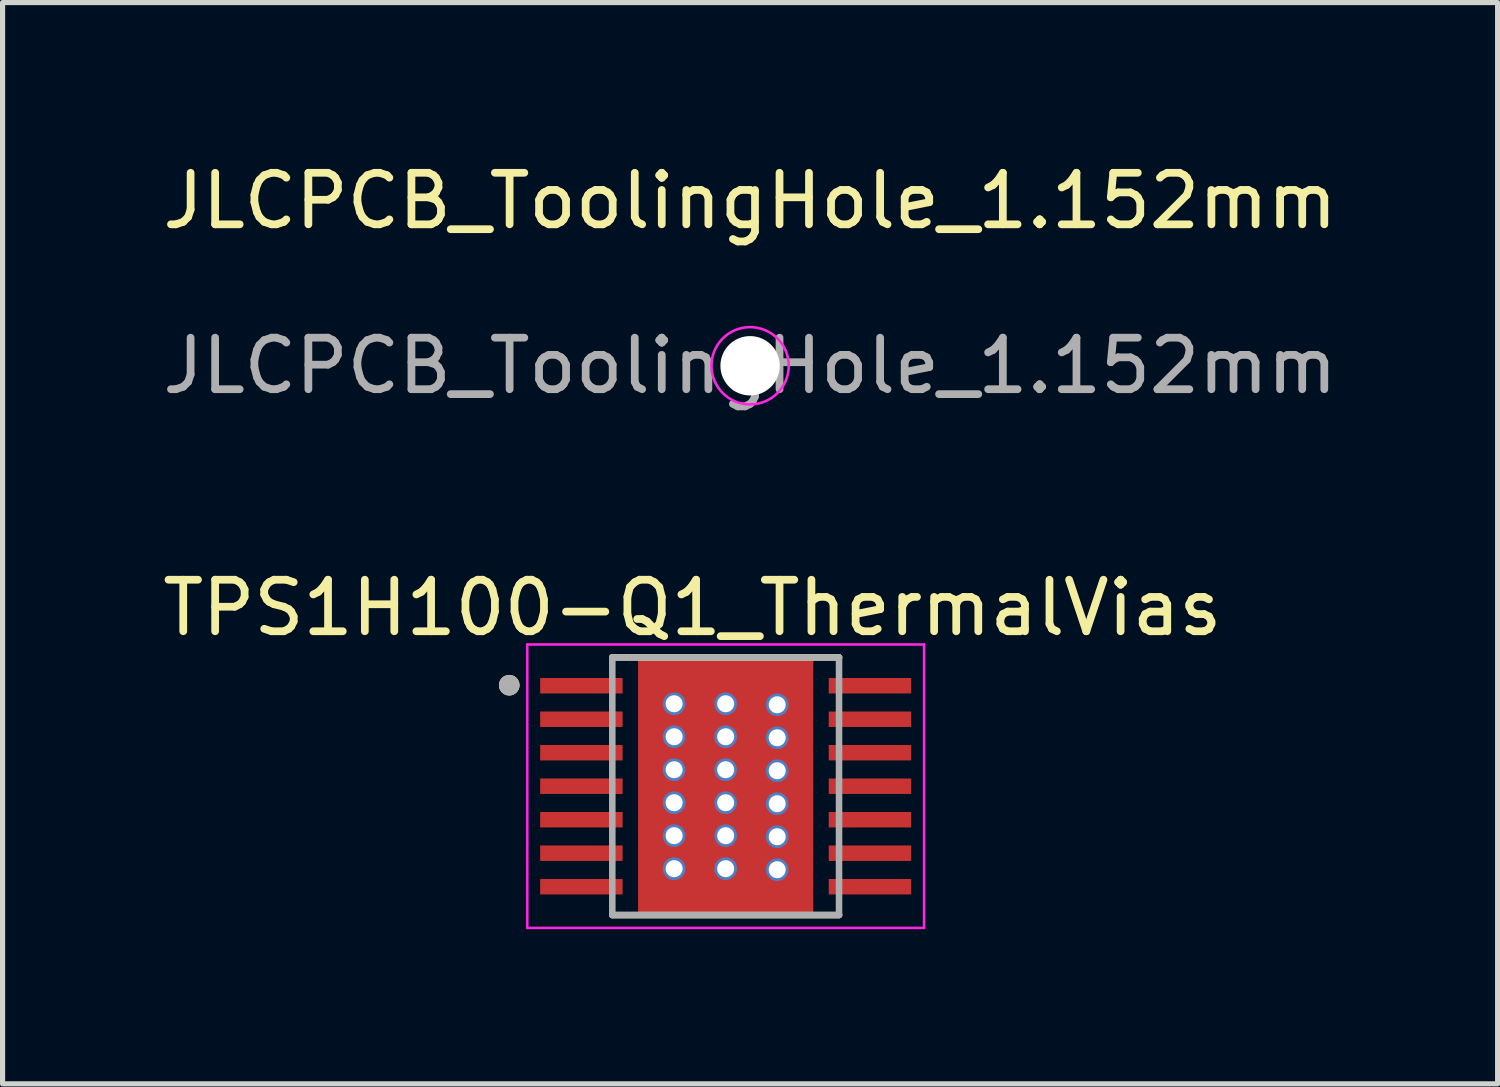
<source format=kicad_pcb>
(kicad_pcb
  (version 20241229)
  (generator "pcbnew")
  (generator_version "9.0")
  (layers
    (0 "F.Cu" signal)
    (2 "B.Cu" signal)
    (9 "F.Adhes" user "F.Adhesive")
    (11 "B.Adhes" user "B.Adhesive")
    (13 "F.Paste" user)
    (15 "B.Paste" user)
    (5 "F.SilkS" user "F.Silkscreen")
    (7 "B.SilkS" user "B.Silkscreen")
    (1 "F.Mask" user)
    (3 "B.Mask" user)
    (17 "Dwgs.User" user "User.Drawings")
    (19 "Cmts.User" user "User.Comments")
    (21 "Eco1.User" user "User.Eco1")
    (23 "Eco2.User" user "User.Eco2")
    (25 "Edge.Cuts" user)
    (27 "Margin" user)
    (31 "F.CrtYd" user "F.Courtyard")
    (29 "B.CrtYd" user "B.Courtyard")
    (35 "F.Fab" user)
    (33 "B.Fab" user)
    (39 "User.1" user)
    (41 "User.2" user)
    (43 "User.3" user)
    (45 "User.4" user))
  (footprint "TPS1H100-Q1_ThermalVias"
    (layer "F.Cu")
    (at 11.032 12.207)
    (property "Reference" "TPS1H100-Q1_ThermalVias" (at -0.645 -3.462 0) (layer "F.SilkS") (effects (font (size 1 1) (thickness 0.15))))
    (attr smd)
    (fp_poly (pts (xy -1.23 -1.155) (xy 1.23 -1.155) (xy 1.23 1.155) (xy -1.23 1.155)) (stroke (width 0.01) (type solid)) (fill yes) (layer "F.Mask"))
    (fp_line (start -2.2 -2.5) (end 2.2 -2.5) (stroke (width 0.127) (type solid)) (layer "F.SilkS"))
    (fp_line (start -2.2 2.5) (end 2.2 2.5) (stroke (width 0.127) (type solid)) (layer "F.SilkS"))
    (fp_circle (center -4.2 -1.96) (end -4.1 -1.96) (stroke (width 0.2) (type solid)) (fill no) (layer "F.SilkS"))
    (fp_poly (pts (xy -3.575 -2.075) (xy -2.025 -2.075) (xy -2.025 -1.825) (xy -3.575 -1.825)) (stroke (width 0.01) (type solid)) (fill yes) (layer "F.Paste"))
    (fp_poly (pts (xy -3.575 -1.425) (xy -2.025 -1.425) (xy -2.025 -1.175) (xy -3.575 -1.175)) (stroke (width 0.01) (type solid)) (fill yes) (layer "F.Paste"))
    (fp_poly (pts (xy -3.575 -0.775) (xy -2.025 -0.775) (xy -2.025 -0.525) (xy -3.575 -0.525)) (stroke (width 0.01) (type solid)) (fill yes) (layer "F.Paste"))
    (fp_poly (pts (xy -3.575 -0.125) (xy -2.025 -0.125) (xy -2.025 0.125) (xy -3.575 0.125)) (stroke (width 0.01) (type solid)) (fill yes) (layer "F.Paste"))
    (fp_poly (pts (xy -3.575 0.525) (xy -2.025 0.525) (xy -2.025 0.775) (xy -3.575 0.775)) (stroke (width 0.01) (type solid)) (fill yes) (layer "F.Paste"))
    (fp_poly (pts (xy -3.575 1.175) (xy -2.025 1.175) (xy -2.025 1.425) (xy -3.575 1.425)) (stroke (width 0.01) (type solid)) (fill yes) (layer "F.Paste"))
    (fp_poly (pts (xy -3.575 1.825) (xy -2.025 1.825) (xy -2.025 2.075) (xy -3.575 2.075)) (stroke (width 0.01) (type solid)) (fill yes) (layer "F.Paste"))
    (fp_poly (pts (xy -1.23 -1.155) (xy 1.23 -1.155) (xy 1.23 1.155) (xy -1.23 1.155)) (stroke (width 0.01) (type solid)) (fill yes) (layer "F.Paste"))
    (fp_poly (pts (xy 2.025 -2.075) (xy 3.575 -2.075) (xy 3.575 -1.825) (xy 2.025 -1.825)) (stroke (width 0.01) (type solid)) (fill yes) (layer "F.Paste"))
    (fp_poly (pts (xy 2.025 -1.425) (xy 3.575 -1.425) (xy 3.575 -1.175) (xy 2.025 -1.175)) (stroke (width 0.01) (type solid)) (fill yes) (layer "F.Paste"))
    (fp_poly (pts (xy 2.025 -0.775) (xy 3.575 -0.775) (xy 3.575 -0.525) (xy 2.025 -0.525)) (stroke (width 0.01) (type solid)) (fill yes) (layer "F.Paste"))
    (fp_poly (pts (xy 2.025 -0.125) (xy 3.575 -0.125) (xy 3.575 0.125) (xy 2.025 0.125)) (stroke (width 0.01) (type solid)) (fill yes) (layer "F.Paste"))
    (fp_poly (pts (xy 2.025 0.525) (xy 3.575 0.525) (xy 3.575 0.775) (xy 2.025 0.775)) (stroke (width 0.01) (type solid)) (fill yes) (layer "F.Paste"))
    (fp_poly (pts (xy 2.025 1.175) (xy 3.575 1.175) (xy 3.575 1.425) (xy 2.025 1.425)) (stroke (width 0.01) (type solid)) (fill yes) (layer "F.Paste"))
    (fp_poly (pts (xy 2.025 1.825) (xy 3.575 1.825) (xy 3.575 2.075) (xy 2.025 2.075)) (stroke (width 0.01) (type solid)) (fill yes) (layer "F.Paste"))
    (fp_line (start -3.85 -2.75) (end -3.85 2.75) (stroke (width 0.05) (type solid)) (layer "F.CrtYd"))
    (fp_line (start -3.85 -2.75) (end 3.85 -2.75) (stroke (width 0.05) (type solid)) (layer "F.CrtYd"))
    (fp_line (start -3.85 2.75) (end 3.85 2.75) (stroke (width 0.05) (type solid)) (layer "F.CrtYd"))
    (fp_line (start 3.85 -2.75) (end 3.85 2.75) (stroke (width 0.05) (type solid)) (layer "F.CrtYd"))
    (fp_line (start -2.2 -2.5) (end -2.2 2.5) (stroke (width 0.127) (type solid)) (layer "F.Fab"))
    (fp_line (start -2.2 -2.5) (end 2.2 -2.5) (stroke (width 0.127) (type solid)) (layer "F.Fab"))
    (fp_line (start -2.2 2.5) (end 2.2 2.5) (stroke (width 0.127) (type solid)) (layer "F.Fab"))
    (fp_line (start 2.2 -2.5) (end 2.2 2.5) (stroke (width 0.127) (type solid)) (layer "F.Fab"))
    (fp_circle (center -4.2 -1.96) (end -4.1 -1.96) (stroke (width 0.2) (type solid)) (fill no) (layer "F.Fab"))
    (pad "1" smd rect (at -2.8 -1.95) (size 1.6 0.3) (layers "F.Cu" "F.Mask"))
    (pad "2" smd rect (at -2.8 -1.3) (size 1.6 0.3) (layers "F.Cu" "F.Mask"))
    (pad "3" smd rect (at -2.8 -0.65) (size 1.6 0.3) (layers "F.Cu" "F.Mask"))
    (pad "4" smd rect (at -2.8 0) (size 1.6 0.3) (layers "F.Cu" "F.Mask"))
    (pad "5" smd rect (at -2.8 0.65) (size 1.6 0.3) (layers "F.Cu" "F.Mask"))
    (pad "6" smd rect (at -2.8 1.3) (size 1.6 0.3) (layers "F.Cu" "F.Mask"))
    (pad "7" smd rect (at -2.8 1.95) (size 1.6 0.3) (layers "F.Cu" "F.Mask"))
    (pad "8" smd rect (at 2.8 1.95) (size 1.6 0.3) (layers "F.Cu" "F.Mask"))
    (pad "9" smd rect (at 2.8 1.3) (size 1.6 0.3) (layers "F.Cu" "F.Mask"))
    (pad "10" smd rect (at 2.8 0.65) (size 1.6 0.3) (layers "F.Cu" "F.Mask"))
    (pad "11" smd rect (at 2.8 0) (size 1.6 0.3) (layers "F.Cu" "F.Mask"))
    (pad "12" smd rect (at 2.8 -0.65) (size 1.6 0.3) (layers "F.Cu" "F.Mask"))
    (pad "13" smd rect (at 2.8 -1.3) (size 1.6 0.3) (layers "F.Cu" "F.Mask"))
    (pad "14" smd rect (at 2.8 -1.95) (size 1.6 0.3) (layers "F.Cu" "F.Mask"))
    (pad "15" thru_hole circle (at -1 -1.6) (size 0.44 0.44) (drill 0.33) (property pad_prop_heatsink) (layers "*.Cu"))
    (pad "15" thru_hole circle (at -1 -0.96) (size 0.44 0.44) (drill 0.33) (property pad_prop_heatsink) (layers "*.Cu" "F.Mask"))
    (pad "15" thru_hole circle (at -1 -0.32) (size 0.44 0.44) (drill 0.33) (property pad_prop_heatsink) (layers "*.Cu"))
    (pad "15" thru_hole circle (at -1 0.32) (size 0.44 0.44) (drill 0.33) (property pad_prop_heatsink) (layers "*.Cu"))
    (pad "15" thru_hole circle (at -1 0.96) (size 0.44 0.44) (drill 0.33) (property pad_prop_heatsink) (layers "*.Cu"))
    (pad "15" thru_hole circle (at -1 1.6) (size 0.44 0.44) (drill 0.33) (property pad_prop_heatsink) (layers "*.Cu"))
    (pad "15" thru_hole circle (at 0 -1.6) (size 0.44 0.44) (drill 0.33) (property pad_prop_heatsink) (layers "*.Cu"))
    (pad "15" thru_hole circle (at 0 -0.96) (size 0.44 0.44) (drill 0.33) (property pad_prop_heatsink) (layers "*.Cu"))
    (pad "15" thru_hole circle (at 0 -0.32) (size 0.44 0.44) (drill 0.33) (property pad_prop_heatsink) (layers "*.Cu"))
    (pad "15" smd rect (at 0 0) (size 3.4 5) (layers "F.Cu"))
    (pad "15" thru_hole circle (at 0 0.32) (size 0.44 0.44) (drill 0.33) (property pad_prop_heatsink) (layers "*.Cu"))
    (pad "15" thru_hole circle (at 0 0.96) (size 0.44 0.44) (drill 0.33) (property pad_prop_heatsink) (layers "*.Cu"))
    (pad "15" thru_hole circle (at 0 1.6) (size 0.44 0.44) (drill 0.33) (property pad_prop_heatsink) (layers "*.Cu"))
    (pad "15" thru_hole circle (at 1 -1.58) (size 0.44 0.44) (drill 0.33) (property pad_prop_heatsink) (layers "*.Cu"))
    (pad "15" thru_hole circle (at 1 -0.94) (size 0.44 0.44) (drill 0.33) (property pad_prop_heatsink) (layers "*.Cu"))
    (pad "15" thru_hole circle (at 1 -0.3) (size 0.44 0.44) (drill 0.33) (property pad_prop_heatsink) (layers "*.Cu"))
    (pad "15" thru_hole circle (at 1 0.34) (size 0.44 0.44) (drill 0.33) (property pad_prop_heatsink) (layers "*.Cu"))
    (pad "15" thru_hole circle (at 1 0.98) (size 0.44 0.44) (drill 0.33) (property pad_prop_heatsink) (layers "*.Cu"))
    (pad "15" thru_hole circle (at 1 1.62) (size 0.44 0.44) (drill 0.33) (property pad_prop_heatsink) (layers "*.Cu")))
  (footprint "JLCPCB_ToolingHole_1.152mm"
    (layer "F.Cu")
    (at 11.506 4.048)
    (property "Reference" "JLCPCB_ToolingHole_1.152mm" (at 0 -3.2 0) (layer "F.SilkS") (effects (font (size 1 1) (thickness 0.15))))
    (attr exclude_from_pos_files exclude_from_bom)
    (fp_circle (center 0 0) (end 0.75 0) (stroke (width 0.05) (type solid)) (fill no) (layer "F.CrtYd"))
    (fp_text user "${REFERENCE}" (at 0 0 0) (layer "F.Fab") (effects (font (size 1 1) (thickness 0.15))))
    (pad "" np_thru_hole circle (at 0 0) (size 1.152 1.152) (drill 1.152) (layers "*.Cu" "*.Mask")))
  (gr_rect
    (start -3 -3)
    (end 26.012 17.982)
    (stroke (width 0.1) (type default))
    (fill no)
    (layer "Edge.Cuts")))
</source>
